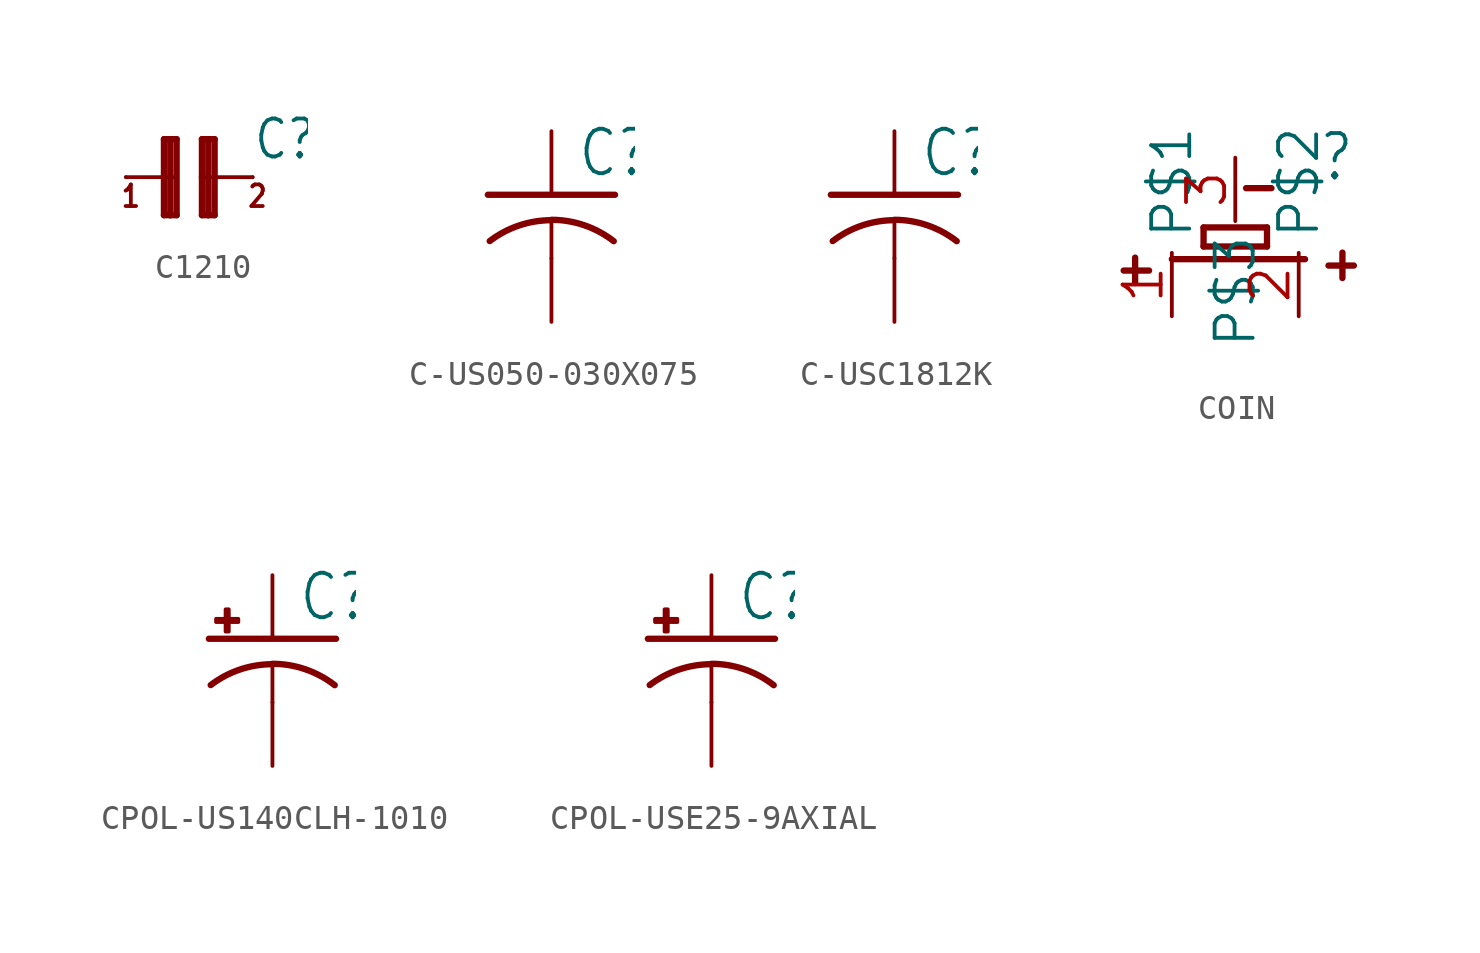
<source format=kicad_sym>
(kicad_symbol_lib
  (version 20241209)
  (generator "kicad_symbol_editor")
  (generator_version "9.0")
  (symbol "C1210"
    (property "Reference" "C"
      (at 2.54 0.635 0)
      (effects (font (size 1.524 1.295)) (justify left bottom)))
    (property "Value" ""
      (at 2.54 -2.159 0)
      (effects (font (size 1.524 1.295)) (justify left bottom)))
    (property "ki_locked" ""
      (at 0 0 0)
      (effects (font (size 1.27 1.27))))
    (symbol "C1210_1_0"
      (polyline (pts (xy -2.54 0) (xy -0.508 0)) (stroke (width 0.152) (type solid)) (fill (type none)))
      (polyline (pts (xy -1.016 1.524) (xy -1.016 -1.524)) (stroke (width 0.254) (type solid)) (fill (type none)))
      (polyline (pts (xy -1.016 -1.524) (xy -0.762 -1.524)) (stroke (width 0.254) (type solid)) (fill (type none)))
      (polyline (pts (xy -0.762 1.524) (xy -1.016 1.524)) (stroke (width 0.254) (type solid)) (fill (type none)))
      (polyline (pts (xy -0.762 -1.524) (xy -0.762 1.524)) (stroke (width 0.254) (type solid)) (fill (type none)))
      (polyline (pts (xy -0.762 -1.524) (xy -0.508 -1.524)) (stroke (width 0.254) (type solid)) (fill (type none)))
      (polyline (pts (xy -0.508 1.524) (xy -0.762 1.524)) (stroke (width 0.254) (type solid)) (fill (type none)))
      (polyline (pts (xy -0.508 1.524) (xy -0.508 -1.524)) (stroke (width 0.254) (type solid)) (fill (type none)))
      (polyline (pts (xy 0.508 1.524) (xy 0.508 0)) (stroke (width 0.254) (type solid)) (fill (type none)))
      (polyline (pts (xy 0.508 0) (xy 0.508 -1.524)) (stroke (width 0.254) (type solid)) (fill (type none)))
      (polyline (pts (xy 0.508 -1.524) (xy 0.762 -1.524)) (stroke (width 0.254) (type solid)) (fill (type none)))
      (polyline (pts (xy 0.762 1.524) (xy 0.508 1.524)) (stroke (width 0.254) (type solid)) (fill (type none)))
      (polyline (pts (xy 0.762 1.524) (xy 0.762 -1.524)) (stroke (width 0.254) (type solid)) (fill (type none)))
      (polyline (pts (xy 0.762 -1.524) (xy 1.016 -1.524)) (stroke (width 0.254) (type solid)) (fill (type none)))
      (polyline (pts (xy 1.016 1.524) (xy 0.762 1.524)) (stroke (width 0.254) (type solid)) (fill (type none)))
      (polyline (pts (xy 1.016 -1.524) (xy 1.016 1.524)) (stroke (width 0.254) (type solid)) (fill (type none)))
      (polyline (pts (xy 2.54 0) (xy 0.508 0)) (stroke (width 0.152) (type solid)) (fill (type none)))
      (text "1" (at -2.794 -1.27 0) (effects (font (size 0.864 0.734)) (justify left bottom)))
      (text "2" (at 2.286 -1.27 0) (effects (font (size 0.864 0.734)) (justify left bottom)))
      (pin passive line (at -2.54 0 0) (length 0) (name "1" (effects (font (size 0 0)))) (number "1" (effects (font (size 0 0)))))
      (pin passive line (at 2.54 0 180) (length 0) (name "2" (effects (font (size 0 0)))) (number "2" (effects (font (size 0 0)))))))
  (symbol "C-US050-030X075"
    (property "Reference" "C"
      (at 1.016 0.635 0)
      (effects (font (size 1.778 1.511)) (justify left bottom)))
    (property "Value" ""
      (at 1.016 -4.191 0)
      (effects (font (size 1.778 1.511)) (justify left bottom)))
    (property "ki_locked" ""
      (at 0 0 0)
      (effects (font (size 1.27 1.27))))
    (symbol "C-US050-030X075_1_0"
      (polyline (pts (xy -2.54 0) (xy 2.54 0)) (stroke (width 0.254) (type solid)) (fill (type none)))
      (polyline (pts (xy 0 -1.016) (xy 0 -2.54)) (stroke (width 0.152) (type solid)) (fill (type none)))
      (arc (start 0 -1) (mid 1.3158 -1.2195) (end 2.4892 -1.8541) (stroke (width 0.254) (type solid)) (fill (type none)))
      (arc (start -2.4668 -1.8504) (mid -1.302 -1.2303) (end 0 -1.0161) (stroke (width 0.254) (type solid)) (fill (type none)))
      (pin passive line (at 0 2.54 270) (length 2.54) (name "1" (effects (font (size 0 0)))) (number "1" (effects (font (size 0 0)))))
      (pin passive line (at 0 -5.08 90) (length 2.54) (name "2" (effects (font (size 0 0)))) (number "2" (effects (font (size 0 0)))))))
  (symbol "C-USC1812K"
    (property "Reference" "C"
      (at 1.016 0.635 0)
      (effects (font (size 1.778 1.511)) (justify left bottom)))
    (property "Value" ""
      (at 1.016 -4.191 0)
      (effects (font (size 1.778 1.511)) (justify left bottom)))
    (property "ki_locked" ""
      (at 0 0 0)
      (effects (font (size 1.27 1.27))))
    (symbol "C-USC1812K_1_0"
      (polyline (pts (xy -2.54 0) (xy 2.54 0)) (stroke (width 0.254) (type solid)) (fill (type none)))
      (polyline (pts (xy 0 -1.016) (xy 0 -2.54)) (stroke (width 0.152) (type solid)) (fill (type none)))
      (arc (start 0 -1) (mid 1.3158 -1.2195) (end 2.4892 -1.8541) (stroke (width 0.254) (type solid)) (fill (type none)))
      (arc (start -2.4668 -1.8504) (mid -1.302 -1.2303) (end 0 -1.0161) (stroke (width 0.254) (type solid)) (fill (type none)))
      (pin passive line (at 0 2.54 270) (length 2.54) (name "1" (effects (font (size 0 0)))) (number "1" (effects (font (size 0 0)))))
      (pin passive line (at 0 -5.08 90) (length 2.54) (name "2" (effects (font (size 0 0)))) (number "2" (effects (font (size 0 0)))))))
  (symbol "COIN"
    (property "Reference" ""
      (at -0.508 1.524 0)
      (effects (font (size 1.778 1.511)) (justify left bottom)))
    (property "Value" ""
      (at 0 -5.588 0)
      (effects (font (size 1.778 1.511)) (justify left bottom)))
    (property "ki_locked" ""
      (at 0 0 0)
      (effects (font (size 1.27 1.27))))
    (symbol "COIN_1_0"
      (polyline (pts (xy -8.278 -1.98) (xy -7.262 -1.98)) (stroke (width 0.254) (type solid)) (fill (type none)))
      (polyline (pts (xy -7.82 -2.478) (xy -7.82 -1.462)) (stroke (width 0.254) (type solid)) (fill (type none)))
      (polyline (pts (xy -6.35 -1.524) (xy -1.016 -1.524)) (stroke (width 0.254) (type solid)) (fill (type none)))
      (polyline (pts (xy -5.08 -0.254) (xy -2.54 -0.254)) (stroke (width 0.254) (type solid)) (fill (type none)))
      (polyline (pts (xy -5.08 -1.016) (xy -5.08 -0.254)) (stroke (width 0.254) (type solid)) (fill (type none)))
      (polyline (pts (xy -3.378 1.32) (xy -2.362 1.32)) (stroke (width 0.254) (type solid)) (fill (type none)))
      (polyline (pts (xy -2.54 -0.254) (xy -2.54 -1.016)) (stroke (width 0.254) (type solid)) (fill (type none)))
      (polyline (pts (xy -2.54 -1.016) (xy -5.08 -1.016)) (stroke (width 0.254) (type solid)) (fill (type none)))
      (polyline (pts (xy -0.078 -1.78) (xy 0.938 -1.78)) (stroke (width 0.254) (type solid)) (fill (type none)))
      (polyline (pts (xy 0.48 -2.278) (xy 0.48 -1.262)) (stroke (width 0.254) (type solid)) (fill (type none)))
      (pin bidirectional line (at -6.35 -3.81 90) (length 2.54) (name "P$1" (effects (font (size 1.524 1.524)))) (number "1" (effects (font (size 1.524 1.524)))))
      (pin bidirectional line (at -3.81 2.54 270) (length 2.54) (name "P$3" (effects (font (size 1.524 1.524)))) (number "3" (effects (font (size 1.524 1.524)))))
      (pin bidirectional line (at -1.27 -3.81 90) (length 2.54) (name "P$2" (effects (font (size 1.524 1.524)))) (number "2" (effects (font (size 1.524 1.524)))))))
  (symbol "CPOL-US140CLH-1010"
    (property "Reference" "C"
      (at 1.016 0.635 0)
      (effects (font (size 1.778 1.511)) (justify left bottom)))
    (property "Value" ""
      (at 1.016 -4.191 0)
      (effects (font (size 1.778 1.511)) (justify left bottom)))
    (property "ki_locked" ""
      (at 0 0 0)
      (effects (font (size 1.27 1.27))))
    (symbol "CPOL-US140CLH-1010_1_0"
      (polyline (pts (xy -2.54 0) (xy 2.54 0)) (stroke (width 0.254) (type solid)) (fill (type none)))
      (rectangle (start -2.253 0.668) (end -1.364 0.795) (stroke (width 0) (type default)) (fill (type outline)))
      (rectangle (start -1.872 0.287) (end -1.745 1.176) (stroke (width 0) (type default)) (fill (type outline)))
      (arc (start -2.4669 -1.8504) (mid -1.3021 -1.2303) (end 0 -1.0161) (stroke (width 0.254) (type solid)) (fill (type none)))
      (polyline (pts (xy 0 -1.016) (xy 0 -2.54)) (stroke (width 0.152) (type solid)) (fill (type none)))
      (arc (start 0 -1) (mid 1.3158 -1.2195) (end 2.4892 -1.8541) (stroke (width 0.254) (type solid)) (fill (type none)))
      (pin passive line (at 0 2.54 270) (length 2.54) (name "+" (effects (font (size 0 0)))) (number "+" (effects (font (size 0 0)))))
      (pin passive line (at 0 -5.08 90) (length 2.54) (name "-" (effects (font (size 0 0)))) (number "-" (effects (font (size 0 0)))))))
  (symbol "CPOL-USE25-9AXIAL"
    (property "Reference" "C"
      (at 1.016 0.635 0)
      (effects (font (size 1.778 1.511)) (justify left bottom)))
    (property "Value" ""
      (at 1.016 -4.191 0)
      (effects (font (size 1.778 1.511)) (justify left bottom)))
    (property "ki_locked" ""
      (at 0 0 0)
      (effects (font (size 1.27 1.27))))
    (symbol "CPOL-USE25-9AXIAL_1_0"
      (polyline (pts (xy -2.54 0) (xy 2.54 0)) (stroke (width 0.254) (type solid)) (fill (type none)))
      (rectangle (start -2.253 0.668) (end -1.364 0.795) (stroke (width 0) (type default)) (fill (type outline)))
      (rectangle (start -1.872 0.287) (end -1.745 1.176) (stroke (width 0) (type default)) (fill (type outline)))
      (arc (start -2.4669 -1.8504) (mid -1.3021 -1.2303) (end 0 -1.0161) (stroke (width 0.254) (type solid)) (fill (type none)))
      (polyline (pts (xy 0 -1.016) (xy 0 -2.54)) (stroke (width 0.152) (type solid)) (fill (type none)))
      (arc (start 0 -1) (mid 1.3158 -1.2195) (end 2.4892 -1.8541) (stroke (width 0.254) (type solid)) (fill (type none)))
      (pin passive line (at 0 2.54 270) (length 2.54) (name "+" (effects (font (size 0 0)))) (number "+" (effects (font (size 0 0)))))
      (pin passive line (at 0 -5.08 90) (length 2.54) (name "-" (effects (font (size 0 0)))) (number "-" (effects (font (size 0 0))))))))
</source>
